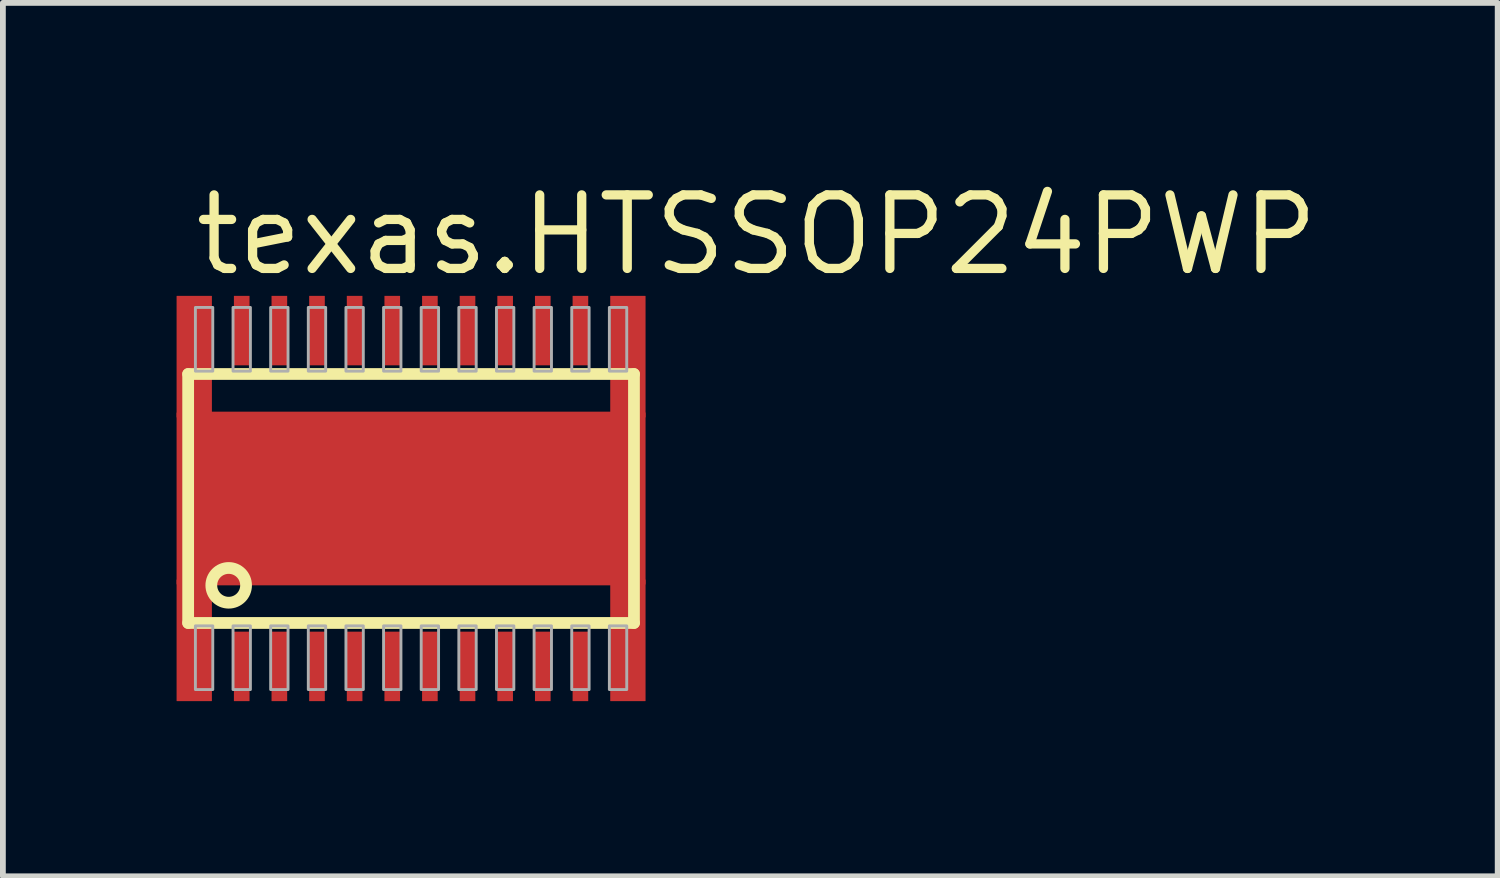
<source format=kicad_pcb>
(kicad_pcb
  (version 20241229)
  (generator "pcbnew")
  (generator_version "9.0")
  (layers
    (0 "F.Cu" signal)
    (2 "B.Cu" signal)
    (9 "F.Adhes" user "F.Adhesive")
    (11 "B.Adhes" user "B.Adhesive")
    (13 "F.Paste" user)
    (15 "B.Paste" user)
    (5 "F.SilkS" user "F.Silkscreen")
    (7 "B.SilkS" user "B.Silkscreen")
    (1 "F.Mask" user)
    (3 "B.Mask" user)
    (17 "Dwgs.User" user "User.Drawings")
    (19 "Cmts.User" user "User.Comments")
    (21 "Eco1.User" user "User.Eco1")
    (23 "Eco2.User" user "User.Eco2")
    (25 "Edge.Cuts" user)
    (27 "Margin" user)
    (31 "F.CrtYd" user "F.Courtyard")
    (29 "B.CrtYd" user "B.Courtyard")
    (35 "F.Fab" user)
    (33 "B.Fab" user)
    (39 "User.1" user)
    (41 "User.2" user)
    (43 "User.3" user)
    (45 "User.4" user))
  (footprint "texas.HTSSOP24PWP"
    (layer "F.Cu")
    (at 4.05 5.56)
    (property "Reference" "texas.HTSSOP24PWP" (at -3.81 -3.81 0) (layer "F.SilkS") (effects (font (size 1.27 1.27) (thickness 0.16)) (justify left bottom)))
    (attr smd)
    (fp_rect (start -3.71 -2.3) (end -3.44 -3.5) (stroke (width 0.05) (type default)) (fill yes) (layer "F.Mask"))
    (fp_rect (start -3.71 3.5) (end -3.44 2.3) (stroke (width 0.05) (type default)) (fill yes) (layer "F.Mask"))
    (fp_rect (start -3.06 -2.3) (end -2.79 -3.5) (stroke (width 0.05) (type default)) (fill yes) (layer "F.Mask"))
    (fp_rect (start -3.06 3.5) (end -2.79 2.3) (stroke (width 0.05) (type default)) (fill yes) (layer "F.Mask"))
    (fp_rect (start -2.54 1.3) (end 2.54 -1.3) (stroke (width 0.05) (type default)) (fill yes) (layer "F.Mask"))
    (fp_rect (start -2.41 -2.3) (end -2.14 -3.5) (stroke (width 0.05) (type default)) (fill yes) (layer "F.Mask"))
    (fp_rect (start -2.41 3.5) (end -2.14 2.3) (stroke (width 0.05) (type default)) (fill yes) (layer "F.Mask"))
    (fp_rect (start -1.76 -2.3) (end -1.49 -3.5) (stroke (width 0.05) (type default)) (fill yes) (layer "F.Mask"))
    (fp_rect (start -1.76 3.5) (end -1.49 2.3) (stroke (width 0.05) (type default)) (fill yes) (layer "F.Mask"))
    (fp_rect (start -1.11 -2.3) (end -0.84 -3.5) (stroke (width 0.05) (type default)) (fill yes) (layer "F.Mask"))
    (fp_rect (start -1.11 3.5) (end -0.84 2.3) (stroke (width 0.05) (type default)) (fill yes) (layer "F.Mask"))
    (fp_rect (start -0.46 -2.3) (end -0.19 -3.5) (stroke (width 0.05) (type default)) (fill yes) (layer "F.Mask"))
    (fp_rect (start -0.46 3.5) (end -0.19 2.3) (stroke (width 0.05) (type default)) (fill yes) (layer "F.Mask"))
    (fp_rect (start 0.19 -2.3) (end 0.46 -3.5) (stroke (width 0.05) (type default)) (fill yes) (layer "F.Mask"))
    (fp_rect (start 0.19 3.5) (end 0.46 2.3) (stroke (width 0.05) (type default)) (fill yes) (layer "F.Mask"))
    (fp_rect (start 0.84 -2.3) (end 1.11 -3.5) (stroke (width 0.05) (type default)) (fill yes) (layer "F.Mask"))
    (fp_rect (start 0.84 3.5) (end 1.11 2.3) (stroke (width 0.05) (type default)) (fill yes) (layer "F.Mask"))
    (fp_rect (start 1.49 -2.3) (end 1.76 -3.5) (stroke (width 0.05) (type default)) (fill yes) (layer "F.Mask"))
    (fp_rect (start 1.49 3.5) (end 1.76 2.3) (stroke (width 0.05) (type default)) (fill yes) (layer "F.Mask"))
    (fp_rect (start 2.14 -2.3) (end 2.41 -3.5) (stroke (width 0.05) (type default)) (fill yes) (layer "F.Mask"))
    (fp_rect (start 2.14 3.5) (end 2.41 2.3) (stroke (width 0.05) (type default)) (fill yes) (layer "F.Mask"))
    (fp_rect (start 2.79 -2.3) (end 3.06 -3.5) (stroke (width 0.05) (type default)) (fill yes) (layer "F.Mask"))
    (fp_rect (start 2.79 3.5) (end 3.06 2.3) (stroke (width 0.05) (type default)) (fill yes) (layer "F.Mask"))
    (fp_rect (start 3.44 -2.3) (end 3.71 -3.5) (stroke (width 0.05) (type default)) (fill yes) (layer "F.Mask"))
    (fp_rect (start 3.44 3.5) (end 3.71 2.3) (stroke (width 0.05) (type default)) (fill yes) (layer "F.Mask"))
    (fp_line (start -3.85 -2.15) (end 3.85 -2.15) (stroke (width 0.203) (type default)) (layer "F.SilkS"))
    (fp_line (start -3.85 2.15) (end -3.85 -2.15) (stroke (width 0.203) (type default)) (layer "F.SilkS"))
    (fp_line (start 3.85 -2.15) (end 3.85 2.15) (stroke (width 0.203) (type default)) (layer "F.SilkS"))
    (fp_line (start 3.85 2.15) (end -3.85 2.15) (stroke (width 0.203) (type default)) (layer "F.SilkS"))
    (fp_circle (center -3.15 1.5) (end -2.85 1.5) (stroke (width 0.203) (type default)) (fill no) (layer "F.SilkS"))
    (fp_rect (start -3.7 -2.31) (end -3.45 -3.48) (stroke (width 0.05) (type default)) (fill yes) (layer "F.Paste"))
    (fp_rect (start -3.7 3.48) (end -3.45 2.31) (stroke (width 0.05) (type default)) (fill yes) (layer "F.Paste"))
    (fp_rect (start -3.05 -2.31) (end -2.8 -3.48) (stroke (width 0.05) (type default)) (fill yes) (layer "F.Paste"))
    (fp_rect (start -3.05 3.48) (end -2.8 2.31) (stroke (width 0.05) (type default)) (fill yes) (layer "F.Paste"))
    (fp_rect (start -2.4 -2.31) (end -2.15 -3.48) (stroke (width 0.05) (type default)) (fill yes) (layer "F.Paste"))
    (fp_rect (start -2.4 1.2) (end 2.4 -1.2) (stroke (width 0.05) (type default)) (fill yes) (layer "F.Paste"))
    (fp_rect (start -2.4 3.48) (end -2.15 2.31) (stroke (width 0.05) (type default)) (fill yes) (layer "F.Paste"))
    (fp_rect (start -1.75 -2.31) (end -1.5 -3.48) (stroke (width 0.05) (type default)) (fill yes) (layer "F.Paste"))
    (fp_rect (start -1.75 3.48) (end -1.5 2.31) (stroke (width 0.05) (type default)) (fill yes) (layer "F.Paste"))
    (fp_rect (start -1.1 -2.31) (end -0.85 -3.48) (stroke (width 0.05) (type default)) (fill yes) (layer "F.Paste"))
    (fp_rect (start -1.1 3.48) (end -0.85 2.31) (stroke (width 0.05) (type default)) (fill yes) (layer "F.Paste"))
    (fp_rect (start -0.45 -2.31) (end -0.2 -3.48) (stroke (width 0.05) (type default)) (fill yes) (layer "F.Paste"))
    (fp_rect (start -0.45 3.48) (end -0.2 2.31) (stroke (width 0.05) (type default)) (fill yes) (layer "F.Paste"))
    (fp_rect (start 0.2 -2.31) (end 0.45 -3.48) (stroke (width 0.05) (type default)) (fill yes) (layer "F.Paste"))
    (fp_rect (start 0.2 3.48) (end 0.45 2.31) (stroke (width 0.05) (type default)) (fill yes) (layer "F.Paste"))
    (fp_rect (start 0.85 -2.31) (end 1.1 -3.48) (stroke (width 0.05) (type default)) (fill yes) (layer "F.Paste"))
    (fp_rect (start 0.85 3.48) (end 1.1 2.31) (stroke (width 0.05) (type default)) (fill yes) (layer "F.Paste"))
    (fp_rect (start 1.5 -2.31) (end 1.75 -3.48) (stroke (width 0.05) (type default)) (fill yes) (layer "F.Paste"))
    (fp_rect (start 1.5 3.48) (end 1.75 2.31) (stroke (width 0.05) (type default)) (fill yes) (layer "F.Paste"))
    (fp_rect (start 2.15 -2.31) (end 2.4 -3.48) (stroke (width 0.05) (type default)) (fill yes) (layer "F.Paste"))
    (fp_rect (start 2.15 3.48) (end 2.4 2.31) (stroke (width 0.05) (type default)) (fill yes) (layer "F.Paste"))
    (fp_rect (start 2.8 -2.31) (end 3.05 -3.48) (stroke (width 0.05) (type default)) (fill yes) (layer "F.Paste"))
    (fp_rect (start 2.8 3.48) (end 3.05 2.31) (stroke (width 0.05) (type default)) (fill yes) (layer "F.Paste"))
    (fp_rect (start 3.45 -2.31) (end 3.7 -3.48) (stroke (width 0.05) (type default)) (fill yes) (layer "F.Paste"))
    (fp_rect (start 3.45 3.48) (end 3.7 2.31) (stroke (width 0.05) (type default)) (fill yes) (layer "F.Paste"))
    (fp_rect (start -3.725 -2.2) (end -3.425 -3.3) (stroke (width 0.05) (type default)) (fill no) (layer "F.Fab"))
    (fp_rect (start -3.725 3.3) (end -3.425 2.2) (stroke (width 0.05) (type default)) (fill no) (layer "F.Fab"))
    (fp_rect (start -3.075 -2.2) (end -2.775 -3.3) (stroke (width 0.05) (type default)) (fill no) (layer "F.Fab"))
    (fp_rect (start -3.075 3.3) (end -2.775 2.2) (stroke (width 0.05) (type default)) (fill no) (layer "F.Fab"))
    (fp_rect (start -2.425 -2.2) (end -2.125 -3.3) (stroke (width 0.05) (type default)) (fill no) (layer "F.Fab"))
    (fp_rect (start -2.425 3.3) (end -2.125 2.2) (stroke (width 0.05) (type default)) (fill no) (layer "F.Fab"))
    (fp_rect (start -1.775 -2.2) (end -1.475 -3.3) (stroke (width 0.05) (type default)) (fill no) (layer "F.Fab"))
    (fp_rect (start -1.775 3.3) (end -1.475 2.2) (stroke (width 0.05) (type default)) (fill no) (layer "F.Fab"))
    (fp_rect (start -1.125 -2.2) (end -0.825 -3.3) (stroke (width 0.05) (type default)) (fill no) (layer "F.Fab"))
    (fp_rect (start -1.125 3.3) (end -0.825 2.2) (stroke (width 0.05) (type default)) (fill no) (layer "F.Fab"))
    (fp_rect (start -0.475 -2.2) (end -0.175 -3.3) (stroke (width 0.05) (type default)) (fill no) (layer "F.Fab"))
    (fp_rect (start -0.475 3.3) (end -0.175 2.2) (stroke (width 0.05) (type default)) (fill no) (layer "F.Fab"))
    (fp_rect (start 0.175 -2.2) (end 0.475 -3.3) (stroke (width 0.05) (type default)) (fill no) (layer "F.Fab"))
    (fp_rect (start 0.175 3.3) (end 0.475 2.2) (stroke (width 0.05) (type default)) (fill no) (layer "F.Fab"))
    (fp_rect (start 0.825 -2.2) (end 1.125 -3.3) (stroke (width 0.05) (type default)) (fill no) (layer "F.Fab"))
    (fp_rect (start 0.825 3.3) (end 1.125 2.2) (stroke (width 0.05) (type default)) (fill no) (layer "F.Fab"))
    (fp_rect (start 1.475 -2.2) (end 1.775 -3.3) (stroke (width 0.05) (type default)) (fill no) (layer "F.Fab"))
    (fp_rect (start 1.475 3.3) (end 1.775 2.2) (stroke (width 0.05) (type default)) (fill no) (layer "F.Fab"))
    (fp_rect (start 2.125 -2.2) (end 2.425 -3.3) (stroke (width 0.05) (type default)) (fill no) (layer "F.Fab"))
    (fp_rect (start 2.125 3.3) (end 2.425 2.2) (stroke (width 0.05) (type default)) (fill no) (layer "F.Fab"))
    (fp_rect (start 2.775 -2.2) (end 3.075 -3.3) (stroke (width 0.05) (type default)) (fill no) (layer "F.Fab"))
    (fp_rect (start 2.775 3.3) (end 3.075 2.2) (stroke (width 0.05) (type default)) (fill no) (layer "F.Fab"))
    (fp_rect (start 3.425 -2.2) (end 3.725 -3.3) (stroke (width 0.05) (type default)) (fill no) (layer "F.Fab"))
    (fp_rect (start 3.425 3.3) (end 3.725 2.2) (stroke (width 0.05) (type default)) (fill no) (layer "F.Fab"))
    (pad "1" smd roundrect (at -3.745 2.45) (size 0.61 2.1) (layers "F.Cu" "F.Mask" "F.Paste") (roundrect_rratio 0.01))
    (pad "2" smd roundrect (at -2.925 2.9) (size 0.27 1.2) (layers "F.Cu" "F.Mask" "F.Paste") (roundrect_rratio 0.01))
    (pad "3" smd roundrect (at -2.275 2.9) (size 0.27 1.2) (layers "F.Cu" "F.Mask" "F.Paste") (roundrect_rratio 0.01))
    (pad "4" smd roundrect (at -1.625 2.9) (size 0.27 1.2) (layers "F.Cu" "F.Mask" "F.Paste") (roundrect_rratio 0.01))
    (pad "5" smd roundrect (at -0.975 2.9) (size 0.27 1.2) (layers "F.Cu" "F.Mask" "F.Paste") (roundrect_rratio 0.01))
    (pad "6" smd roundrect (at -0.325 2.9) (size 0.27 1.2) (layers "F.Cu" "F.Mask" "F.Paste") (roundrect_rratio 0.01))
    (pad "7" smd roundrect (at 0.325 2.9) (size 0.27 1.2) (layers "F.Cu" "F.Mask" "F.Paste") (roundrect_rratio 0.01))
    (pad "8" smd roundrect (at 0.975 2.9) (size 0.27 1.2) (layers "F.Cu" "F.Mask" "F.Paste") (roundrect_rratio 0.01))
    (pad "9" smd roundrect (at 1.625 2.9) (size 0.27 1.2) (layers "F.Cu" "F.Mask" "F.Paste") (roundrect_rratio 0.01))
    (pad "10" smd roundrect (at 2.275 2.9) (size 0.27 1.2) (layers "F.Cu" "F.Mask" "F.Paste") (roundrect_rratio 0.01))
    (pad "11" smd roundrect (at 2.925 2.9) (size 0.27 1.2) (layers "F.Cu" "F.Mask" "F.Paste") (roundrect_rratio 0.01))
    (pad "12" smd roundrect (at 3.745 2.45) (size 0.61 2.1) (layers "F.Cu" "F.Mask" "F.Paste") (roundrect_rratio 0.01))
    (pad "13" smd roundrect (at 3.745 -2.45 180) (size 0.61 2.1) (layers "F.Cu" "F.Mask" "F.Paste") (roundrect_rratio 0.01))
    (pad "14" smd roundrect (at 2.925 -2.9 180) (size 0.27 1.2) (layers "F.Cu" "F.Mask" "F.Paste") (roundrect_rratio 0.01))
    (pad "15" smd roundrect (at 2.275 -2.9 180) (size 0.27 1.2) (layers "F.Cu" "F.Mask" "F.Paste") (roundrect_rratio 0.01))
    (pad "16" smd roundrect (at 1.625 -2.9 180) (size 0.27 1.2) (layers "F.Cu" "F.Mask" "F.Paste") (roundrect_rratio 0.01))
    (pad "17" smd roundrect (at 0.975 -2.9 180) (size 0.27 1.2) (layers "F.Cu" "F.Mask" "F.Paste") (roundrect_rratio 0.01))
    (pad "18" smd roundrect (at 0.325 -2.9 180) (size 0.27 1.2) (layers "F.Cu" "F.Mask" "F.Paste") (roundrect_rratio 0.01))
    (pad "19" smd roundrect (at -0.325 -2.9 180) (size 0.27 1.2) (layers "F.Cu" "F.Mask" "F.Paste") (roundrect_rratio 0.01))
    (pad "20" smd roundrect (at -0.975 -2.9 180) (size 0.27 1.2) (layers "F.Cu" "F.Mask" "F.Paste") (roundrect_rratio 0.01))
    (pad "21" smd roundrect (at -1.625 -2.9 180) (size 0.27 1.2) (layers "F.Cu" "F.Mask" "F.Paste") (roundrect_rratio 0.01))
    (pad "22" smd roundrect (at -2.275 -2.9 180) (size 0.27 1.2) (layers "F.Cu" "F.Mask" "F.Paste") (roundrect_rratio 0.01))
    (pad "23" smd roundrect (at -2.925 -2.9 180) (size 0.27 1.2) (layers "F.Cu" "F.Mask" "F.Paste") (roundrect_rratio 0.01))
    (pad "24" smd roundrect (at -3.745 -2.45 180) (size 0.61 2.1) (layers "F.Cu" "F.Mask" "F.Paste") (roundrect_rratio 0.01))
    (pad "EXP" smd roundrect (at 0 0) (size 8.1 3) (layers "F.Cu" "F.Mask" "F.Paste") (roundrect_rratio 0.01)))
  (gr_rect
    (start -3 -3)
    (end 22.818 12.085)
    (stroke (width 0.1) (type default))
    (fill no)
    (layer "Edge.Cuts")))
</source>
